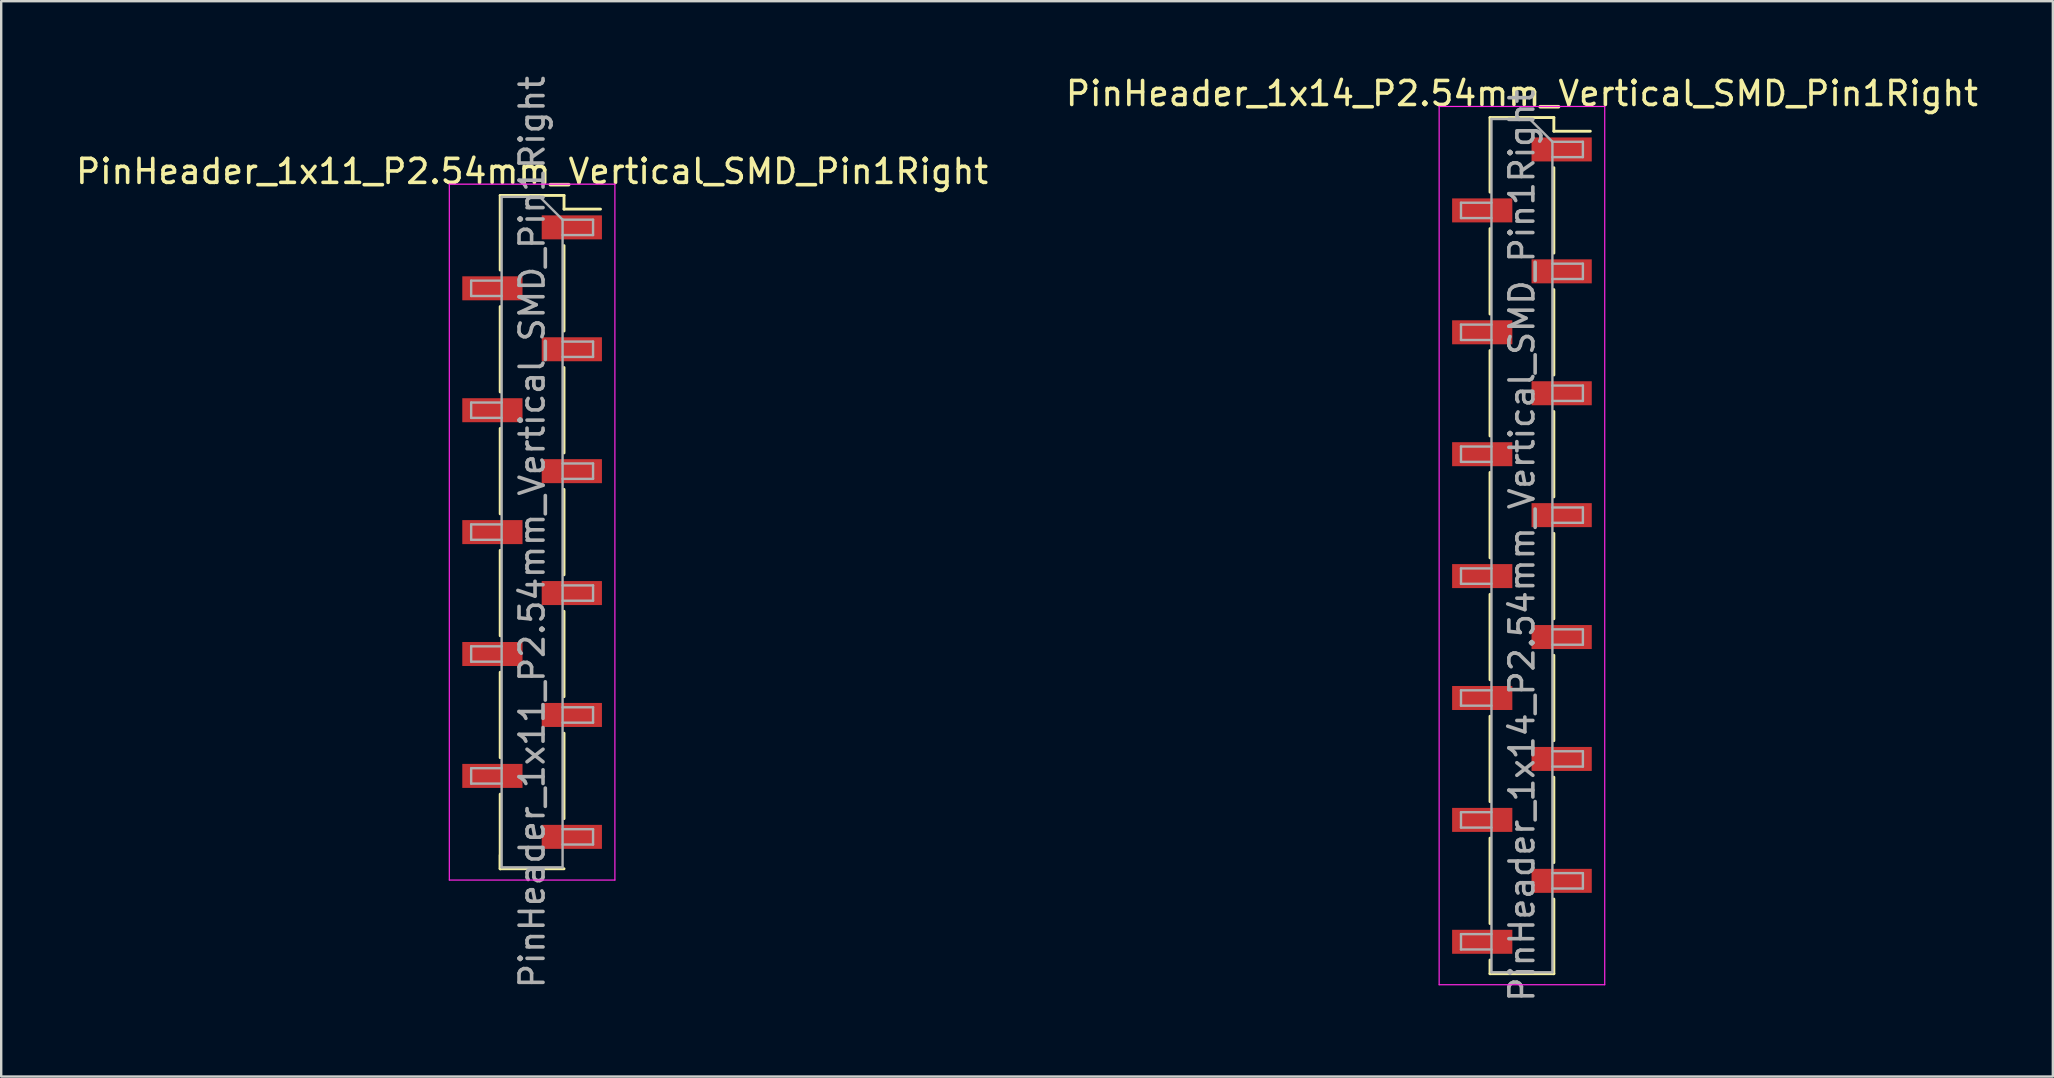
<source format=kicad_pcb>
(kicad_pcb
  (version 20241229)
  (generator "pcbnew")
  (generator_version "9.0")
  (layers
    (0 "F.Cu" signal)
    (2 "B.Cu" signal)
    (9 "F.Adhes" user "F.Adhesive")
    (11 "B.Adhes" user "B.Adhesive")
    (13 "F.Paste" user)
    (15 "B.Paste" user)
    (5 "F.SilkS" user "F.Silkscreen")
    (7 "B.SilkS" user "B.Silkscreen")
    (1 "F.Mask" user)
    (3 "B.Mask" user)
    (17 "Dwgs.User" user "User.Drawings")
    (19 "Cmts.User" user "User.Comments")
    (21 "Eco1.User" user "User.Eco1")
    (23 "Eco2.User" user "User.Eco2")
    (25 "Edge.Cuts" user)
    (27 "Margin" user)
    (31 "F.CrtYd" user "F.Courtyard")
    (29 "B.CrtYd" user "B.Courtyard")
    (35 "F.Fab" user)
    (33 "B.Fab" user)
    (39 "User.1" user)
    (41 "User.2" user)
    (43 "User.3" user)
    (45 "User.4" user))
  (footprint "PinHeader_1x11_P2.54mm_Vertical_SMD_Pin1Right"
    (layer "F.Cu")
    (at 19.125 19.125)
    (property "Reference" "PinHeader_1x11_P2.54mm_Vertical_SMD_Pin1Right" (at 0 -15.03 0) (layer "F.SilkS") (effects (font (size 1 1) (thickness 0.15))))
    (attr smd)
    (fp_line (start -1.33 -14.03) (end -1.33 -10.92) (stroke (width 0.12) (type solid)) (layer "F.SilkS"))
    (fp_line (start -1.33 -14.03) (end 1.33 -14.03) (stroke (width 0.12) (type solid)) (layer "F.SilkS"))
    (fp_line (start -1.33 -9.4) (end -1.33 -5.84) (stroke (width 0.12) (type solid)) (layer "F.SilkS"))
    (fp_line (start -1.33 -4.32) (end -1.33 -0.76) (stroke (width 0.12) (type solid)) (layer "F.SilkS"))
    (fp_line (start -1.33 0.76) (end -1.33 4.32) (stroke (width 0.12) (type solid)) (layer "F.SilkS"))
    (fp_line (start -1.33 5.84) (end -1.33 9.4) (stroke (width 0.12) (type solid)) (layer "F.SilkS"))
    (fp_line (start -1.33 10.92) (end -1.33 14.03) (stroke (width 0.12) (type solid)) (layer "F.SilkS"))
    (fp_line (start -1.33 13.46) (end -1.33 14.03) (stroke (width 0.12) (type solid)) (layer "F.SilkS"))
    (fp_line (start -1.33 14.03) (end 1.33 14.03) (stroke (width 0.12) (type solid)) (layer "F.SilkS"))
    (fp_line (start 1.33 -14.03) (end 1.33 -13.46) (stroke (width 0.12) (type solid)) (layer "F.SilkS"))
    (fp_line (start 1.33 -13.46) (end 2.85 -13.46) (stroke (width 0.12) (type solid)) (layer "F.SilkS"))
    (fp_line (start 1.33 -11.94) (end 1.33 -8.38) (stroke (width 0.12) (type solid)) (layer "F.SilkS"))
    (fp_line (start 1.33 -6.86) (end 1.33 -3.3) (stroke (width 0.12) (type solid)) (layer "F.SilkS"))
    (fp_line (start 1.33 -1.78) (end 1.33 1.78) (stroke (width 0.12) (type solid)) (layer "F.SilkS"))
    (fp_line (start 1.33 3.3) (end 1.33 6.86) (stroke (width 0.12) (type solid)) (layer "F.SilkS"))
    (fp_line (start 1.33 8.38) (end 1.33 11.94) (stroke (width 0.12) (type solid)) (layer "F.SilkS"))
    (fp_line (start -3.45 -14.5) (end -3.45 14.5) (stroke (width 0.05) (type solid)) (layer "F.CrtYd"))
    (fp_line (start -3.45 14.5) (end 3.45 14.5) (stroke (width 0.05) (type solid)) (layer "F.CrtYd"))
    (fp_line (start 3.45 -14.5) (end -3.45 -14.5) (stroke (width 0.05) (type solid)) (layer "F.CrtYd"))
    (fp_line (start 3.45 14.5) (end 3.45 -14.5) (stroke (width 0.05) (type solid)) (layer "F.CrtYd"))
    (fp_line (start -2.54 -10.48) (end -2.54 -9.84) (stroke (width 0.1) (type solid)) (layer "F.Fab"))
    (fp_line (start -2.54 -9.84) (end -1.27 -9.84) (stroke (width 0.1) (type solid)) (layer "F.Fab"))
    (fp_line (start -2.54 -5.4) (end -2.54 -4.76) (stroke (width 0.1) (type solid)) (layer "F.Fab"))
    (fp_line (start -2.54 -4.76) (end -1.27 -4.76) (stroke (width 0.1) (type solid)) (layer "F.Fab"))
    (fp_line (start -2.54 -0.32) (end -2.54 0.32) (stroke (width 0.1) (type solid)) (layer "F.Fab"))
    (fp_line (start -2.54 0.32) (end -1.27 0.32) (stroke (width 0.1) (type solid)) (layer "F.Fab"))
    (fp_line (start -2.54 4.76) (end -2.54 5.4) (stroke (width 0.1) (type solid)) (layer "F.Fab"))
    (fp_line (start -2.54 5.4) (end -1.27 5.4) (stroke (width 0.1) (type solid)) (layer "F.Fab"))
    (fp_line (start -2.54 9.84) (end -2.54 10.48) (stroke (width 0.1) (type solid)) (layer "F.Fab"))
    (fp_line (start -2.54 10.48) (end -1.27 10.48) (stroke (width 0.1) (type solid)) (layer "F.Fab"))
    (fp_line (start -1.27 -13.97) (end -1.27 13.97) (stroke (width 0.1) (type solid)) (layer "F.Fab"))
    (fp_line (start -1.27 -13.97) (end 0.32 -13.97) (stroke (width 0.1) (type solid)) (layer "F.Fab"))
    (fp_line (start -1.27 -10.48) (end -2.54 -10.48) (stroke (width 0.1) (type solid)) (layer "F.Fab"))
    (fp_line (start -1.27 -5.4) (end -2.54 -5.4) (stroke (width 0.1) (type solid)) (layer "F.Fab"))
    (fp_line (start -1.27 -0.32) (end -2.54 -0.32) (stroke (width 0.1) (type solid)) (layer "F.Fab"))
    (fp_line (start -1.27 4.76) (end -2.54 4.76) (stroke (width 0.1) (type solid)) (layer "F.Fab"))
    (fp_line (start -1.27 9.84) (end -2.54 9.84) (stroke (width 0.1) (type solid)) (layer "F.Fab"))
    (fp_line (start 1.27 -13.02) (end 0.32 -13.97) (stroke (width 0.1) (type solid)) (layer "F.Fab"))
    (fp_line (start 1.27 -13.02) (end 2.54 -13.02) (stroke (width 0.1) (type solid)) (layer "F.Fab"))
    (fp_line (start 1.27 -7.94) (end 2.54 -7.94) (stroke (width 0.1) (type solid)) (layer "F.Fab"))
    (fp_line (start 1.27 -2.86) (end 2.54 -2.86) (stroke (width 0.1) (type solid)) (layer "F.Fab"))
    (fp_line (start 1.27 2.22) (end 2.54 2.22) (stroke (width 0.1) (type solid)) (layer "F.Fab"))
    (fp_line (start 1.27 7.3) (end 2.54 7.3) (stroke (width 0.1) (type solid)) (layer "F.Fab"))
    (fp_line (start 1.27 12.38) (end 2.54 12.38) (stroke (width 0.1) (type solid)) (layer "F.Fab"))
    (fp_line (start 1.27 13.97) (end -1.27 13.97) (stroke (width 0.1) (type solid)) (layer "F.Fab"))
    (fp_line (start 1.27 13.97) (end 1.27 -13.02) (stroke (width 0.1) (type solid)) (layer "F.Fab"))
    (fp_line (start 2.54 -13.02) (end 2.54 -12.38) (stroke (width 0.1) (type solid)) (layer "F.Fab"))
    (fp_line (start 2.54 -12.38) (end 1.27 -12.38) (stroke (width 0.1) (type solid)) (layer "F.Fab"))
    (fp_line (start 2.54 -7.94) (end 2.54 -7.3) (stroke (width 0.1) (type solid)) (layer "F.Fab"))
    (fp_line (start 2.54 -7.3) (end 1.27 -7.3) (stroke (width 0.1) (type solid)) (layer "F.Fab"))
    (fp_line (start 2.54 -2.86) (end 2.54 -2.22) (stroke (width 0.1) (type solid)) (layer "F.Fab"))
    (fp_line (start 2.54 -2.22) (end 1.27 -2.22) (stroke (width 0.1) (type solid)) (layer "F.Fab"))
    (fp_line (start 2.54 2.22) (end 2.54 2.86) (stroke (width 0.1) (type solid)) (layer "F.Fab"))
    (fp_line (start 2.54 2.86) (end 1.27 2.86) (stroke (width 0.1) (type solid)) (layer "F.Fab"))
    (fp_line (start 2.54 7.3) (end 2.54 7.94) (stroke (width 0.1) (type solid)) (layer "F.Fab"))
    (fp_line (start 2.54 7.94) (end 1.27 7.94) (stroke (width 0.1) (type solid)) (layer "F.Fab"))
    (fp_line (start 2.54 12.38) (end 2.54 13.02) (stroke (width 0.1) (type solid)) (layer "F.Fab"))
    (fp_line (start 2.54 13.02) (end 1.27 13.02) (stroke (width 0.1) (type solid)) (layer "F.Fab"))
    (fp_text user "${REFERENCE}" (at 0 0 90) (layer "F.Fab") (effects (font (size 1 1) (thickness 0.15))))
    (pad "1" smd rect (at 1.655 -12.7) (size 2.51 1) (layers "F.Cu" "F.Mask" "F.Paste"))
    (pad "2" smd rect (at -1.655 -10.16) (size 2.51 1) (layers "F.Cu" "F.Mask" "F.Paste"))
    (pad "3" smd rect (at 1.655 -7.62) (size 2.51 1) (layers "F.Cu" "F.Mask" "F.Paste"))
    (pad "4" smd rect (at -1.655 -5.08) (size 2.51 1) (layers "F.Cu" "F.Mask" "F.Paste"))
    (pad "5" smd rect (at 1.655 -2.54) (size 2.51 1) (layers "F.Cu" "F.Mask" "F.Paste"))
    (pad "6" smd rect (at -1.655 0) (size 2.51 1) (layers "F.Cu" "F.Mask" "F.Paste"))
    (pad "7" smd rect (at 1.655 2.54) (size 2.51 1) (layers "F.Cu" "F.Mask" "F.Paste"))
    (pad "8" smd rect (at -1.655 5.08) (size 2.51 1) (layers "F.Cu" "F.Mask" "F.Paste"))
    (pad "9" smd rect (at 1.655 7.62) (size 2.51 1) (layers "F.Cu" "F.Mask" "F.Paste"))
    (pad "10" smd rect (at -1.655 10.16) (size 2.51 1) (layers "F.Cu" "F.Mask" "F.Paste"))
    (pad "11" smd rect (at 1.655 12.7) (size 2.51 1) (layers "F.Cu" "F.Mask" "F.Paste")))
  (footprint "PinHeader_1x14_P2.54mm_Vertical_SMD_Pin1Right"
    (layer "F.Cu")
    (at 60.375 19.688)
    (property "Reference" "PinHeader_1x14_P2.54mm_Vertical_SMD_Pin1Right" (at 0 -18.84 0) (layer "F.SilkS") (effects (font (size 1 1) (thickness 0.15))))
    (attr smd)
    (fp_line (start -1.33 -17.84) (end -1.33 -14.73) (stroke (width 0.12) (type solid)) (layer "F.SilkS"))
    (fp_line (start -1.33 -17.84) (end 1.33 -17.84) (stroke (width 0.12) (type solid)) (layer "F.SilkS"))
    (fp_line (start -1.33 -13.21) (end -1.33 -9.65) (stroke (width 0.12) (type solid)) (layer "F.SilkS"))
    (fp_line (start -1.33 -8.13) (end -1.33 -4.57) (stroke (width 0.12) (type solid)) (layer "F.SilkS"))
    (fp_line (start -1.33 -3.05) (end -1.33 0.51) (stroke (width 0.12) (type solid)) (layer "F.SilkS"))
    (fp_line (start -1.33 2.03) (end -1.33 5.59) (stroke (width 0.12) (type solid)) (layer "F.SilkS"))
    (fp_line (start -1.33 7.11) (end -1.33 10.67) (stroke (width 0.12) (type solid)) (layer "F.SilkS"))
    (fp_line (start -1.33 12.19) (end -1.33 15.75) (stroke (width 0.12) (type solid)) (layer "F.SilkS"))
    (fp_line (start -1.33 17.27) (end -1.33 17.84) (stroke (width 0.12) (type solid)) (layer "F.SilkS"))
    (fp_line (start -1.33 17.84) (end 1.33 17.84) (stroke (width 0.12) (type solid)) (layer "F.SilkS"))
    (fp_line (start 1.33 -17.84) (end 1.33 -17.27) (stroke (width 0.12) (type solid)) (layer "F.SilkS"))
    (fp_line (start 1.33 -17.27) (end 2.85 -17.27) (stroke (width 0.12) (type solid)) (layer "F.SilkS"))
    (fp_line (start 1.33 -15.75) (end 1.33 -12.19) (stroke (width 0.12) (type solid)) (layer "F.SilkS"))
    (fp_line (start 1.33 -10.67) (end 1.33 -7.11) (stroke (width 0.12) (type solid)) (layer "F.SilkS"))
    (fp_line (start 1.33 -5.59) (end 1.33 -2.03) (stroke (width 0.12) (type solid)) (layer "F.SilkS"))
    (fp_line (start 1.33 -0.51) (end 1.33 3.05) (stroke (width 0.12) (type solid)) (layer "F.SilkS"))
    (fp_line (start 1.33 4.57) (end 1.33 8.13) (stroke (width 0.12) (type solid)) (layer "F.SilkS"))
    (fp_line (start 1.33 9.65) (end 1.33 13.21) (stroke (width 0.12) (type solid)) (layer "F.SilkS"))
    (fp_line (start 1.33 14.73) (end 1.33 17.84) (stroke (width 0.12) (type solid)) (layer "F.SilkS"))
    (fp_line (start -3.45 -18.3) (end -3.45 18.3) (stroke (width 0.05) (type solid)) (layer "F.CrtYd"))
    (fp_line (start -3.45 18.3) (end 3.45 18.3) (stroke (width 0.05) (type solid)) (layer "F.CrtYd"))
    (fp_line (start 3.45 -18.3) (end -3.45 -18.3) (stroke (width 0.05) (type solid)) (layer "F.CrtYd"))
    (fp_line (start 3.45 18.3) (end 3.45 -18.3) (stroke (width 0.05) (type solid)) (layer "F.CrtYd"))
    (fp_line (start -2.54 -14.29) (end -2.54 -13.65) (stroke (width 0.1) (type solid)) (layer "F.Fab"))
    (fp_line (start -2.54 -13.65) (end -1.27 -13.65) (stroke (width 0.1) (type solid)) (layer "F.Fab"))
    (fp_line (start -2.54 -9.21) (end -2.54 -8.57) (stroke (width 0.1) (type solid)) (layer "F.Fab"))
    (fp_line (start -2.54 -8.57) (end -1.27 -8.57) (stroke (width 0.1) (type solid)) (layer "F.Fab"))
    (fp_line (start -2.54 -4.13) (end -2.54 -3.49) (stroke (width 0.1) (type solid)) (layer "F.Fab"))
    (fp_line (start -2.54 -3.49) (end -1.27 -3.49) (stroke (width 0.1) (type solid)) (layer "F.Fab"))
    (fp_line (start -2.54 0.95) (end -2.54 1.59) (stroke (width 0.1) (type solid)) (layer "F.Fab"))
    (fp_line (start -2.54 1.59) (end -1.27 1.59) (stroke (width 0.1) (type solid)) (layer "F.Fab"))
    (fp_line (start -2.54 6.03) (end -2.54 6.67) (stroke (width 0.1) (type solid)) (layer "F.Fab"))
    (fp_line (start -2.54 6.67) (end -1.27 6.67) (stroke (width 0.1) (type solid)) (layer "F.Fab"))
    (fp_line (start -2.54 11.11) (end -2.54 11.75) (stroke (width 0.1) (type solid)) (layer "F.Fab"))
    (fp_line (start -2.54 11.75) (end -1.27 11.75) (stroke (width 0.1) (type solid)) (layer "F.Fab"))
    (fp_line (start -2.54 16.19) (end -2.54 16.83) (stroke (width 0.1) (type solid)) (layer "F.Fab"))
    (fp_line (start -2.54 16.83) (end -1.27 16.83) (stroke (width 0.1) (type solid)) (layer "F.Fab"))
    (fp_line (start -1.27 -17.78) (end -1.27 17.78) (stroke (width 0.1) (type solid)) (layer "F.Fab"))
    (fp_line (start -1.27 -17.78) (end 0.32 -17.78) (stroke (width 0.1) (type solid)) (layer "F.Fab"))
    (fp_line (start -1.27 -14.29) (end -2.54 -14.29) (stroke (width 0.1) (type solid)) (layer "F.Fab"))
    (fp_line (start -1.27 -9.21) (end -2.54 -9.21) (stroke (width 0.1) (type solid)) (layer "F.Fab"))
    (fp_line (start -1.27 -4.13) (end -2.54 -4.13) (stroke (width 0.1) (type solid)) (layer "F.Fab"))
    (fp_line (start -1.27 0.95) (end -2.54 0.95) (stroke (width 0.1) (type solid)) (layer "F.Fab"))
    (fp_line (start -1.27 6.03) (end -2.54 6.03) (stroke (width 0.1) (type solid)) (layer "F.Fab"))
    (fp_line (start -1.27 11.11) (end -2.54 11.11) (stroke (width 0.1) (type solid)) (layer "F.Fab"))
    (fp_line (start -1.27 16.19) (end -2.54 16.19) (stroke (width 0.1) (type solid)) (layer "F.Fab"))
    (fp_line (start 1.27 -16.83) (end 0.32 -17.78) (stroke (width 0.1) (type solid)) (layer "F.Fab"))
    (fp_line (start 1.27 -16.83) (end 2.54 -16.83) (stroke (width 0.1) (type solid)) (layer "F.Fab"))
    (fp_line (start 1.27 -11.75) (end 2.54 -11.75) (stroke (width 0.1) (type solid)) (layer "F.Fab"))
    (fp_line (start 1.27 -6.67) (end 2.54 -6.67) (stroke (width 0.1) (type solid)) (layer "F.Fab"))
    (fp_line (start 1.27 -1.59) (end 2.54 -1.59) (stroke (width 0.1) (type solid)) (layer "F.Fab"))
    (fp_line (start 1.27 3.49) (end 2.54 3.49) (stroke (width 0.1) (type solid)) (layer "F.Fab"))
    (fp_line (start 1.27 8.57) (end 2.54 8.57) (stroke (width 0.1) (type solid)) (layer "F.Fab"))
    (fp_line (start 1.27 13.65) (end 2.54 13.65) (stroke (width 0.1) (type solid)) (layer "F.Fab"))
    (fp_line (start 1.27 17.78) (end -1.27 17.78) (stroke (width 0.1) (type solid)) (layer "F.Fab"))
    (fp_line (start 1.27 17.78) (end 1.27 -16.83) (stroke (width 0.1) (type solid)) (layer "F.Fab"))
    (fp_line (start 2.54 -16.83) (end 2.54 -16.19) (stroke (width 0.1) (type solid)) (layer "F.Fab"))
    (fp_line (start 2.54 -16.19) (end 1.27 -16.19) (stroke (width 0.1) (type solid)) (layer "F.Fab"))
    (fp_line (start 2.54 -11.75) (end 2.54 -11.11) (stroke (width 0.1) (type solid)) (layer "F.Fab"))
    (fp_line (start 2.54 -11.11) (end 1.27 -11.11) (stroke (width 0.1) (type solid)) (layer "F.Fab"))
    (fp_line (start 2.54 -6.67) (end 2.54 -6.03) (stroke (width 0.1) (type solid)) (layer "F.Fab"))
    (fp_line (start 2.54 -6.03) (end 1.27 -6.03) (stroke (width 0.1) (type solid)) (layer "F.Fab"))
    (fp_line (start 2.54 -1.59) (end 2.54 -0.95) (stroke (width 0.1) (type solid)) (layer "F.Fab"))
    (fp_line (start 2.54 -0.95) (end 1.27 -0.95) (stroke (width 0.1) (type solid)) (layer "F.Fab"))
    (fp_line (start 2.54 3.49) (end 2.54 4.13) (stroke (width 0.1) (type solid)) (layer "F.Fab"))
    (fp_line (start 2.54 4.13) (end 1.27 4.13) (stroke (width 0.1) (type solid)) (layer "F.Fab"))
    (fp_line (start 2.54 8.57) (end 2.54 9.21) (stroke (width 0.1) (type solid)) (layer "F.Fab"))
    (fp_line (start 2.54 9.21) (end 1.27 9.21) (stroke (width 0.1) (type solid)) (layer "F.Fab"))
    (fp_line (start 2.54 13.65) (end 2.54 14.29) (stroke (width 0.1) (type solid)) (layer "F.Fab"))
    (fp_line (start 2.54 14.29) (end 1.27 14.29) (stroke (width 0.1) (type solid)) (layer "F.Fab"))
    (fp_text user "${REFERENCE}" (at 0 0 90) (layer "F.Fab") (effects (font (size 1 1) (thickness 0.15))))
    (pad "1" smd rect (at 1.655 -16.51) (size 2.51 1) (layers "F.Cu" "F.Mask" "F.Paste"))
    (pad "2" smd rect (at -1.655 -13.97) (size 2.51 1) (layers "F.Cu" "F.Mask" "F.Paste"))
    (pad "3" smd rect (at 1.655 -11.43) (size 2.51 1) (layers "F.Cu" "F.Mask" "F.Paste"))
    (pad "4" smd rect (at -1.655 -8.89) (size 2.51 1) (layers "F.Cu" "F.Mask" "F.Paste"))
    (pad "5" smd rect (at 1.655 -6.35) (size 2.51 1) (layers "F.Cu" "F.Mask" "F.Paste"))
    (pad "6" smd rect (at -1.655 -3.81) (size 2.51 1) (layers "F.Cu" "F.Mask" "F.Paste"))
    (pad "7" smd rect (at 1.655 -1.27) (size 2.51 1) (layers "F.Cu" "F.Mask" "F.Paste"))
    (pad "8" smd rect (at -1.655 1.27) (size 2.51 1) (layers "F.Cu" "F.Mask" "F.Paste"))
    (pad "9" smd rect (at 1.655 3.81) (size 2.51 1) (layers "F.Cu" "F.Mask" "F.Paste"))
    (pad "10" smd rect (at -1.655 6.35) (size 2.51 1) (layers "F.Cu" "F.Mask" "F.Paste"))
    (pad "11" smd rect (at 1.655 8.89) (size 2.51 1) (layers "F.Cu" "F.Mask" "F.Paste"))
    (pad "12" smd rect (at -1.655 11.43) (size 2.51 1) (layers "F.Cu" "F.Mask" "F.Paste"))
    (pad "13" smd rect (at 1.655 13.97) (size 2.51 1) (layers "F.Cu" "F.Mask" "F.Paste"))
    (pad "14" smd rect (at -1.655 16.51) (size 2.51 1) (layers "F.Cu" "F.Mask" "F.Paste")))
  (gr_rect
    (start -3 -3)
    (end 82.5 41.813)
    (stroke (width 0.1) (type default))
    (fill no)
    (layer "Edge.Cuts")))
</source>
